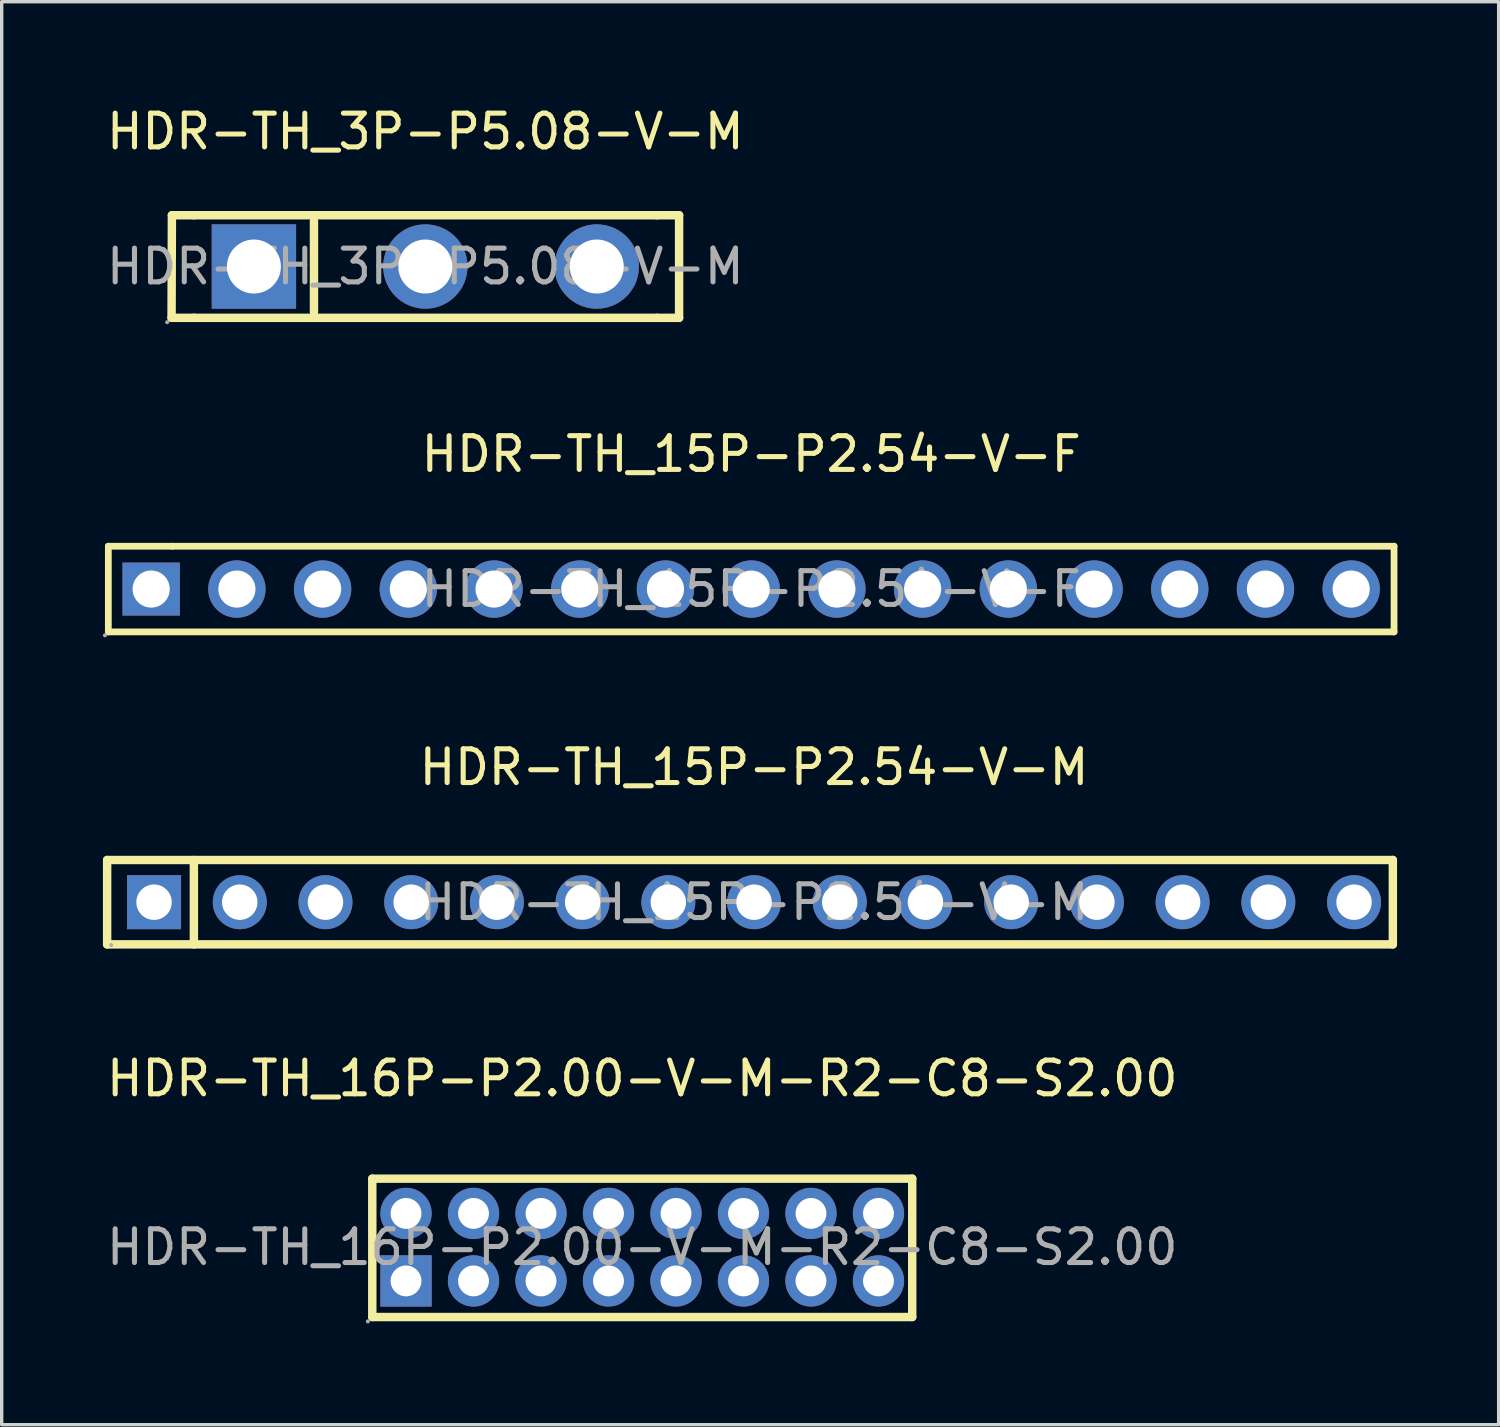
<source format=kicad_pcb>
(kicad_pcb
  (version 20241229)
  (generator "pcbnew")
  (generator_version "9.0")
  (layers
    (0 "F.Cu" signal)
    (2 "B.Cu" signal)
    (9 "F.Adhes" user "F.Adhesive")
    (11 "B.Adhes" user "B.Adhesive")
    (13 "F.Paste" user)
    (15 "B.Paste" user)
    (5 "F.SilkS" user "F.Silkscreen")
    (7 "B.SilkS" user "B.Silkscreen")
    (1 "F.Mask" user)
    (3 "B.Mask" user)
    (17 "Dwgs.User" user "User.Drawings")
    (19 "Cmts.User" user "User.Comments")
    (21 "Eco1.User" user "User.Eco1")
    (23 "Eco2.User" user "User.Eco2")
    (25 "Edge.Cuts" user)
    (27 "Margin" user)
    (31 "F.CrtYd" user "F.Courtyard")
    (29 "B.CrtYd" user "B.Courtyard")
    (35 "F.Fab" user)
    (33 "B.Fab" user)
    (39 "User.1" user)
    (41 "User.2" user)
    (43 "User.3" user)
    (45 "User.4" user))
  (footprint "HDR-TH_15P-P2.54-V-M"
    (layer "F.Cu")
    (at 19.295 23.685)
    (property "Reference" "HDR-TH_15P-P2.54-V-M" (at 0 -4 0) (layer "F.SilkS") (effects (font (size 1 1) (thickness 0.15))))
    (attr through_hole)
    (fp_line (start -19.17 -1.25) (end 18.93 -1.25) (stroke (width 0.25) (type solid)) (layer "F.SilkS"))
    (fp_line (start -19.17 1.25) (end -19.17 -1.25) (stroke (width 0.25) (type solid)) (layer "F.SilkS"))
    (fp_line (start -19.17 1.25) (end 18.93 1.25) (stroke (width 0.25) (type solid)) (layer "F.SilkS"))
    (fp_line (start -16.6 -1.25) (end -16.6 1.25) (stroke (width 0.25) (type solid)) (layer "F.SilkS"))
    (fp_line (start 18.93 -1.25) (end 18.93 1.25) (stroke (width 0.25) (type solid)) (layer "F.SilkS"))
    (fp_circle (center -19.05 1.27) (end -19.02 1.27) (stroke (width 0.06) (type solid)) (fill no) (layer "F.Fab"))
    (fp_text user "${REFERENCE}" (at 0 0 0) (layer "F.Fab") (effects (font (size 1 1) (thickness 0.15))))
    (pad "1" thru_hole rect (at -17.78 0) (size 1.6 1.6) (drill 1.05) (layers "*.Cu" "*.Paste" "*.Mask"))
    (pad "2" thru_hole circle (at -15.24 0) (size 1.6 1.6) (drill 1.05) (layers "*.Cu" "*.Paste" "*.Mask"))
    (pad "3" thru_hole circle (at -12.7 0) (size 1.6 1.6) (drill 1.05) (layers "*.Cu" "*.Paste" "*.Mask"))
    (pad "4" thru_hole circle (at -10.16 0) (size 1.6 1.6) (drill 1.05) (layers "*.Cu" "*.Paste" "*.Mask"))
    (pad "5" thru_hole circle (at -7.62 0) (size 1.6 1.6) (drill 1.05) (layers "*.Cu" "*.Paste" "*.Mask"))
    (pad "6" thru_hole circle (at -5.08 0) (size 1.6 1.6) (drill 1.05) (layers "*.Cu" "*.Paste" "*.Mask"))
    (pad "7" thru_hole circle (at -2.54 0) (size 1.6 1.6) (drill 1.05) (layers "*.Cu" "*.Paste" "*.Mask"))
    (pad "8" thru_hole circle (at 0 0) (size 1.6 1.6) (drill 1.05) (layers "*.Cu" "*.Paste" "*.Mask"))
    (pad "9" thru_hole circle (at 2.54 0) (size 1.6 1.6) (drill 1.05) (layers "*.Cu" "*.Paste" "*.Mask"))
    (pad "10" thru_hole circle (at 5.08 0) (size 1.6 1.6) (drill 1.05) (layers "*.Cu" "*.Paste" "*.Mask"))
    (pad "11" thru_hole circle (at 7.62 0) (size 1.6 1.6) (drill 1.05) (layers "*.Cu" "*.Paste" "*.Mask"))
    (pad "12" thru_hole circle (at 10.16 0) (size 1.6 1.6) (drill 1.05) (layers "*.Cu" "*.Paste" "*.Mask"))
    (pad "13" thru_hole circle (at 12.7 0) (size 1.6 1.6) (drill 1.05) (layers "*.Cu" "*.Paste" "*.Mask"))
    (pad "14" thru_hole circle (at 15.24 0) (size 1.6 1.6) (drill 1.05) (layers "*.Cu" "*.Paste" "*.Mask"))
    (pad "15" thru_hole circle (at 17.78 0) (size 1.6 1.6) (drill 1.05) (layers "*.Cu" "*.Paste" "*.Mask")))
  (footprint "HDR-TH_15P-P2.54-V-F"
    (layer "F.Cu")
    (at 19.21 14.406)
    (property "Reference" "HDR-TH_15P-P2.54-V-F" (at 0 -4 0) (layer "F.SilkS") (effects (font (size 1 1) (thickness 0.15))))
    (attr through_hole)
    (fp_line (start -19.05 -1.27) (end -19.05 1.27) (stroke (width 0.2) (type solid)) (layer "F.SilkS"))
    (fp_line (start -19.05 1.27) (end 19.05 1.27) (stroke (width 0.2) (type solid)) (layer "F.SilkS"))
    (fp_line (start -17.15 -1.27) (end -19.05 -1.27) (stroke (width 0.2) (type solid)) (layer "F.SilkS"))
    (fp_line (start 19.05 -1.27) (end -17.15 -1.27) (stroke (width 0.2) (type solid)) (layer "F.SilkS"))
    (fp_line (start 19.05 1.27) (end 19.05 -1.27) (stroke (width 0.2) (type solid)) (layer "F.SilkS"))
    (fp_circle (center -19.15 1.37) (end -19.12 1.37) (stroke (width 0.06) (type solid)) (fill no) (layer "F.Fab"))
    (fp_text user "${REFERENCE}" (at 0 0 0) (layer "F.Fab") (effects (font (size 1 1) (thickness 0.15))))
    (pad "1" thru_hole rect (at -17.78 0) (size 1.7 1.57) (drill 1.1) (layers "*.Cu" "*.Paste" "*.Mask"))
    (pad "2" thru_hole circle (at -15.24 0) (size 1.7 1.7) (drill 1.1) (layers "*.Cu" "*.Paste" "*.Mask"))
    (pad "3" thru_hole circle (at -12.7 0) (size 1.7 1.7) (drill 1.1) (layers "*.Cu" "*.Paste" "*.Mask"))
    (pad "4" thru_hole circle (at -10.16 0) (size 1.7 1.7) (drill 1.1) (layers "*.Cu" "*.Paste" "*.Mask"))
    (pad "5" thru_hole circle (at -7.62 0) (size 1.7 1.7) (drill 1.1) (layers "*.Cu" "*.Paste" "*.Mask"))
    (pad "6" thru_hole circle (at -5.08 0) (size 1.7 1.7) (drill 1.1) (layers "*.Cu" "*.Paste" "*.Mask"))
    (pad "7" thru_hole circle (at -2.54 0) (size 1.7 1.7) (drill 1.1) (layers "*.Cu" "*.Paste" "*.Mask"))
    (pad "8" thru_hole circle (at 0 0) (size 1.7 1.7) (drill 1.1) (layers "*.Cu" "*.Paste" "*.Mask"))
    (pad "9" thru_hole circle (at 2.54 0) (size 1.7 1.7) (drill 1.1) (layers "*.Cu" "*.Paste" "*.Mask"))
    (pad "10" thru_hole circle (at 5.08 0) (size 1.7 1.7) (drill 1.1) (layers "*.Cu" "*.Paste" "*.Mask"))
    (pad "11" thru_hole circle (at 7.62 0) (size 1.7 1.7) (drill 1.1) (layers "*.Cu" "*.Paste" "*.Mask"))
    (pad "12" thru_hole circle (at 10.16 0) (size 1.7 1.7) (drill 1.1) (layers "*.Cu" "*.Paste" "*.Mask"))
    (pad "13" thru_hole circle (at 12.7 0) (size 1.7 1.7) (drill 1.1) (layers "*.Cu" "*.Paste" "*.Mask"))
    (pad "14" thru_hole circle (at 15.24 0) (size 1.7 1.7) (drill 1.1) (layers "*.Cu" "*.Paste" "*.Mask"))
    (pad "15" thru_hole circle (at 17.78 0) (size 1.7 1.7) (drill 1.1) (layers "*.Cu" "*.Paste" "*.Mask")))
  (footprint "HDR-TH_3P-P5.08-V-M"
    (layer "F.Cu")
    (at 9.554 4.848)
    (property "Reference" "HDR-TH_3P-P5.08-V-M" (at 0 -4 0) (layer "F.SilkS") (effects (font (size 1 1) (thickness 0.15))))
    (attr through_hole)
    (fp_line (start -7.51 -1.52) (end -7.52 1.52) (stroke (width 0.25) (type solid)) (layer "F.SilkS"))
    (fp_line (start -6.86 -1.52) (end -7.51 -1.52) (stroke (width 0.25) (type solid)) (layer "F.SilkS"))
    (fp_line (start -6.86 -1.52) (end 6.86 -1.52) (stroke (width 0.25) (type solid)) (layer "F.SilkS"))
    (fp_line (start -6.86 1.52) (end -7.52 1.52) (stroke (width 0.25) (type solid)) (layer "F.SilkS"))
    (fp_line (start -3.3 1.35) (end -3.3 -1.35) (stroke (width 0.25) (type solid)) (layer "F.SilkS"))
    (fp_line (start 6.86 1.52) (end -6.86 1.52) (stroke (width 0.25) (type solid)) (layer "F.SilkS"))
    (fp_line (start 6.86 1.52) (end 7.52 1.52) (stroke (width 0.25) (type solid)) (layer "F.SilkS"))
    (fp_line (start 7.52 -1.52) (end 6.86 -1.52) (stroke (width 0.25) (type solid)) (layer "F.SilkS"))
    (fp_line (start 7.52 -1.52) (end 7.52 1.52) (stroke (width 0.25) (type solid)) (layer "F.SilkS"))
    (fp_circle (center -7.65 1.65) (end -7.62 1.65) (stroke (width 0.06) (type solid)) (fill no) (layer "F.Fab"))
    (fp_circle (center -5.08 0) (end -4.73 0) (stroke (width 0.7) (type solid)) (fill no) (layer "F.Fab"))
    (fp_circle (center 0 0) (end 0.35 0) (stroke (width 0.7) (type solid)) (fill no) (layer "F.Fab"))
    (fp_circle (center 5.08 0) (end 5.43 0) (stroke (width 0.7) (type solid)) (fill no) (layer "F.Fab"))
    (fp_text user "${REFERENCE}" (at 0 0 0) (layer "F.Fab") (effects (font (size 1 1) (thickness 0.15))))
    (pad "1" thru_hole rect (at -5.08 0) (size 2.5 2.5) (drill 1.6) (layers "*.Cu" "*.Paste" "*.Mask"))
    (pad "2" thru_hole circle (at 0 0) (size 2.5 2.5) (drill 1.6) (layers "*.Cu" "*.Paste" "*.Mask"))
    (pad "3" thru_hole circle (at 5.08 0) (size 2.5 2.5) (drill 1.6) (layers "*.Cu" "*.Paste" "*.Mask")))
  (footprint "HDR-TH_16P-P2.00-V-M-R2-C8-S2.00"
    (layer "F.Cu")
    (at 15.982 33.908)
    (property "Reference" "HDR-TH_16P-P2.00-V-M-R2-C8-S2.00" (at 0 -5 0) (layer "F.SilkS") (effects (font (size 1 1) (thickness 0.15))))
    (attr through_hole)
    (fp_line (start -8 -2.03) (end -8 2.07) (stroke (width 0.25) (type solid)) (layer "F.SilkS"))
    (fp_line (start -8 -2.03) (end 8 -2.03) (stroke (width 0.25) (type solid)) (layer "F.SilkS"))
    (fp_line (start -8 2.07) (end 8 2.07) (stroke (width 0.25) (type solid)) (layer "F.SilkS"))
    (fp_line (start 8 -2.03) (end 8 2.07) (stroke (width 0.25) (type solid)) (layer "F.SilkS"))
    (fp_circle (center -8.13 2.2) (end -8.1 2.2) (stroke (width 0.06) (type solid)) (fill no) (layer "F.Fab"))
    (fp_circle (center -7 -1) (end -6.82 -1) (stroke (width 0.36) (type solid)) (fill no) (layer "F.Fab"))
    (fp_circle (center -7 1) (end -6.82 1) (stroke (width 0.36) (type solid)) (fill no) (layer "F.Fab"))
    (fp_circle (center -5 -1) (end -4.82 -1) (stroke (width 0.36) (type solid)) (fill no) (layer "F.Fab"))
    (fp_circle (center -5 1) (end -4.82 1) (stroke (width 0.36) (type solid)) (fill no) (layer "F.Fab"))
    (fp_circle (center -3 -1) (end -2.82 -1) (stroke (width 0.36) (type solid)) (fill no) (layer "F.Fab"))
    (fp_circle (center -3 1) (end -2.82 1) (stroke (width 0.36) (type solid)) (fill no) (layer "F.Fab"))
    (fp_circle (center -1 -1) (end -0.82 -1) (stroke (width 0.36) (type solid)) (fill no) (layer "F.Fab"))
    (fp_circle (center -1 1) (end -0.82 1) (stroke (width 0.36) (type solid)) (fill no) (layer "F.Fab"))
    (fp_circle (center 1 -1) (end 1.18 -1) (stroke (width 0.36) (type solid)) (fill no) (layer "F.Fab"))
    (fp_circle (center 1 1) (end 1.18 1) (stroke (width 0.36) (type solid)) (fill no) (layer "F.Fab"))
    (fp_circle (center 3 -1) (end 3.18 -1) (stroke (width 0.36) (type solid)) (fill no) (layer "F.Fab"))
    (fp_circle (center 3 1) (end 3.18 1) (stroke (width 0.36) (type solid)) (fill no) (layer "F.Fab"))
    (fp_circle (center 5 -1) (end 5.18 -1) (stroke (width 0.36) (type solid)) (fill no) (layer "F.Fab"))
    (fp_circle (center 5 1) (end 5.18 1) (stroke (width 0.36) (type solid)) (fill no) (layer "F.Fab"))
    (fp_circle (center 7 -1) (end 7.18 -1) (stroke (width 0.36) (type solid)) (fill no) (layer "F.Fab"))
    (fp_circle (center 7 1) (end 7.18 1) (stroke (width 0.36) (type solid)) (fill no) (layer "F.Fab"))
    (fp_text user "${REFERENCE}" (at 0 0 0) (layer "F.Fab") (effects (font (size 1 1) (thickness 0.15))))
    (pad "1" thru_hole rect (at -7 1) (size 1.52 1.52) (drill 0.914) (layers "*.Cu" "*.Paste" "*.Mask"))
    (pad "2" thru_hole circle (at -7 -1) (size 1.52 1.52) (drill 0.914) (layers "*.Cu" "*.Paste" "*.Mask"))
    (pad "3" thru_hole circle (at -5 1) (size 1.52 1.52) (drill 0.914) (layers "*.Cu" "*.Paste" "*.Mask"))
    (pad "4" thru_hole circle (at -5 -1) (size 1.52 1.52) (drill 0.914) (layers "*.Cu" "*.Paste" "*.Mask"))
    (pad "5" thru_hole circle (at -3 1) (size 1.52 1.52) (drill 0.914) (layers "*.Cu" "*.Paste" "*.Mask"))
    (pad "6" thru_hole circle (at -3 -1) (size 1.52 1.52) (drill 0.914) (layers "*.Cu" "*.Paste" "*.Mask"))
    (pad "7" thru_hole circle (at -1 1) (size 1.52 1.52) (drill 0.914) (layers "*.Cu" "*.Paste" "*.Mask"))
    (pad "8" thru_hole circle (at -1 -1) (size 1.52 1.52) (drill 0.914) (layers "*.Cu" "*.Paste" "*.Mask"))
    (pad "9" thru_hole circle (at 1 1) (size 1.52 1.52) (drill 0.914) (layers "*.Cu" "*.Paste" "*.Mask"))
    (pad "10" thru_hole circle (at 1 -1) (size 1.52 1.52) (drill 0.914) (layers "*.Cu" "*.Paste" "*.Mask"))
    (pad "11" thru_hole circle (at 3 1) (size 1.52 1.52) (drill 0.914) (layers "*.Cu" "*.Paste" "*.Mask"))
    (pad "12" thru_hole circle (at 3 -1) (size 1.52 1.52) (drill 0.914) (layers "*.Cu" "*.Paste" "*.Mask"))
    (pad "13" thru_hole circle (at 5 1) (size 1.52 1.52) (drill 0.914) (layers "*.Cu" "*.Paste" "*.Mask"))
    (pad "14" thru_hole circle (at 5 -1) (size 1.52 1.52) (drill 0.914) (layers "*.Cu" "*.Paste" "*.Mask"))
    (pad "15" thru_hole circle (at 7 1) (size 1.52 1.52) (drill 0.914) (layers "*.Cu" "*.Paste" "*.Mask"))
    (pad "16" thru_hole circle (at 7 -1) (size 1.52 1.52) (drill 0.914) (layers "*.Cu" "*.Paste" "*.Mask")))
  (gr_rect
    (start -3 -3)
    (end 41.36 39.168)
    (stroke (width 0.1) (type default))
    (fill no)
    (layer "Edge.Cuts")))
</source>
